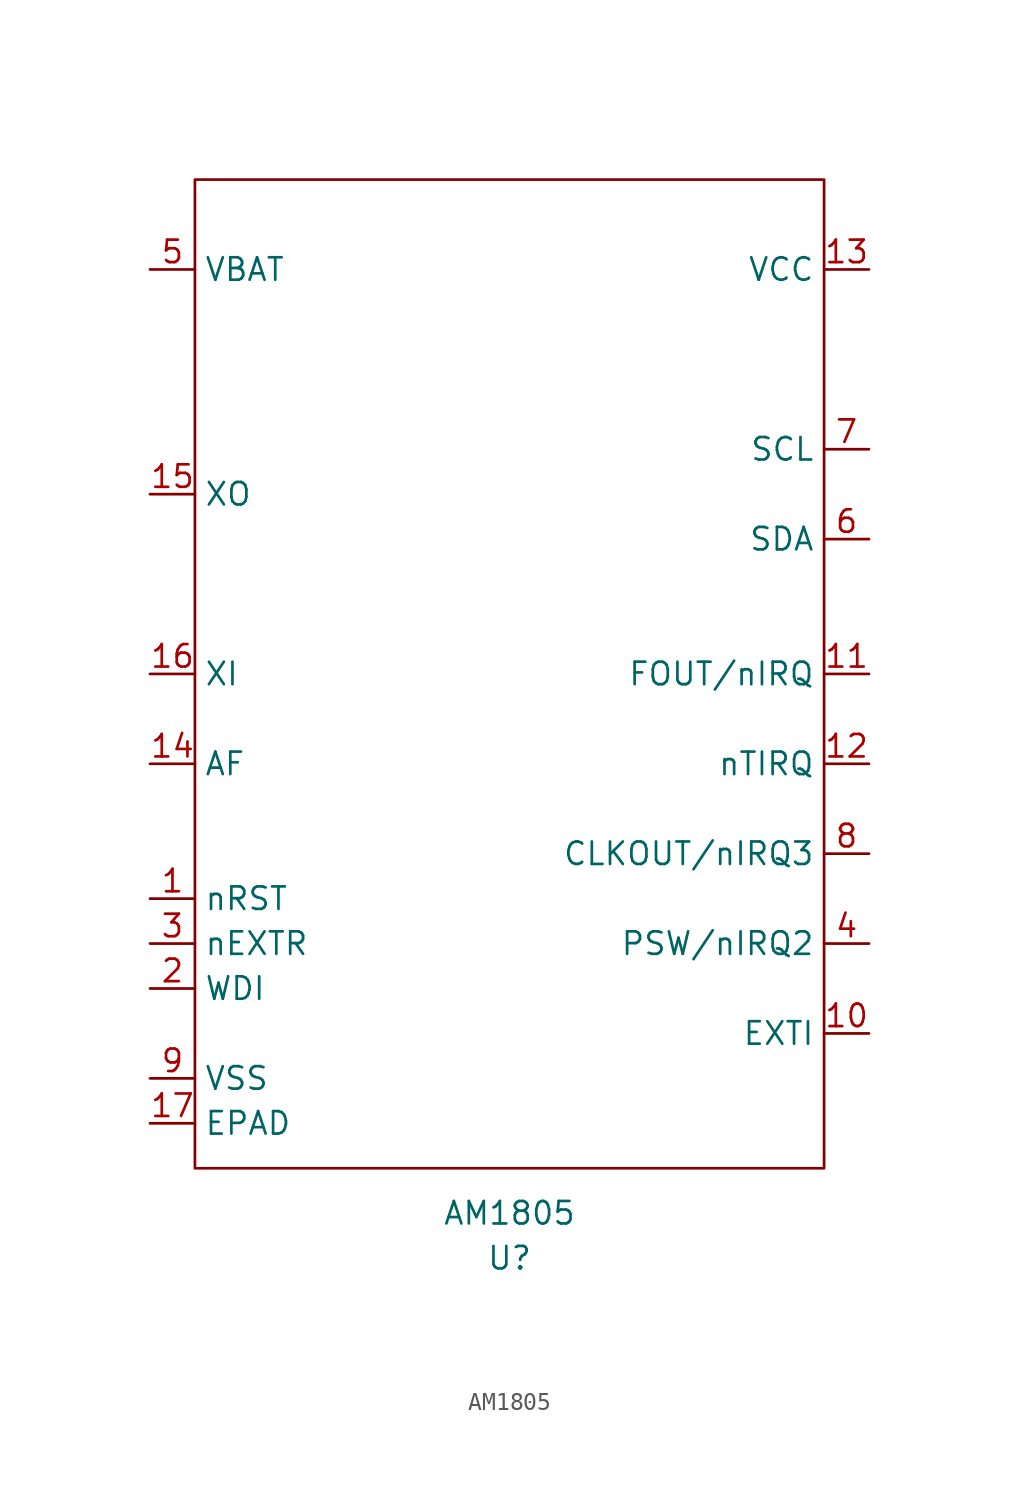
<source format=kicad_sym>
(kicad_symbol_lib
  (version 20211014)
  (generator kicad_symbol_editor)
  (symbol "AM1805"
    (property "Reference" "U"
      (at 0 -33.02 0)
      (effects (font (size 1.27 1.27))))
    (property "Value" "AM1805"
      (at 0 -30.48 0)
      (effects (font (size 1.27 1.27))))
    (symbol "AM1805_0_1"
      (rectangle (start -17.78 27.94) (end 17.78 -27.94) (stroke (width 0) (type default) (color 0 0 0 0)) (fill (type none))))
    (symbol "AM1805_1_1"
      (pin input line (at -20.32 -12.7 0) (length 2.54) (name "nRST" (effects (font (size 1.27 1.27)))) (number "1" (effects (font (size 1.27 1.27)))))
      (pin input line (at 20.32 -20.32 180) (length 2.54) (name "EXTI" (effects (font (size 1.27 1.27)))) (number "10" (effects (font (size 1.27 1.27)))))
      (pin output line (at 20.32 0 180) (length 2.54) (name "FOUT/nIRQ" (effects (font (size 1.27 1.27)))) (number "11" (effects (font (size 1.27 1.27)))))
      (pin input line (at 20.32 -5.08 180) (length 2.54) (name "nTIRQ" (effects (font (size 1.27 1.27)))) (number "12" (effects (font (size 1.27 1.27)))))
      (pin power_in line (at 20.32 22.86 180) (length 2.54) (name "VCC" (effects (font (size 1.27 1.27)))) (number "13" (effects (font (size 1.27 1.27)))))
      (pin input line (at -20.32 -5.08 0) (length 2.54) (name "AF" (effects (font (size 1.27 1.27)))) (number "14" (effects (font (size 1.27 1.27)))))
      (pin output line (at -20.32 10.16 0) (length 2.54) (name "XO" (effects (font (size 1.27 1.27)))) (number "15" (effects (font (size 1.27 1.27)))))
      (pin input line (at -20.32 0 0) (length 2.54) (name "XI" (effects (font (size 1.27 1.27)))) (number "16" (effects (font (size 1.27 1.27)))))
      (pin power_in line (at -20.32 -25.4 0) (length 2.54) (name "EPAD" (effects (font (size 1.27 1.27)))) (number "17" (effects (font (size 1.27 1.27)))))
      (pin input line (at -20.32 -17.78 0) (length 2.54) (name "WDI" (effects (font (size 1.27 1.27)))) (number "2" (effects (font (size 1.27 1.27)))))
      (pin input line (at -20.32 -15.24 0) (length 2.54) (name "nEXTR" (effects (font (size 1.27 1.27)))) (number "3" (effects (font (size 1.27 1.27)))))
      (pin output line (at 20.32 -15.24 180) (length 2.54) (name "PSW/nIRQ2" (effects (font (size 1.27 1.27)))) (number "4" (effects (font (size 1.27 1.27)))))
      (pin power_out line (at -20.32 22.86 0) (length 2.54) (name "VBAT" (effects (font (size 1.27 1.27)))) (number "5" (effects (font (size 1.27 1.27)))))
      (pin bidirectional line (at 20.32 7.62 180) (length 2.54) (name "SDA" (effects (font (size 1.27 1.27)))) (number "6" (effects (font (size 1.27 1.27)))))
      (pin input line (at 20.32 12.7 180) (length 2.54) (name "SCL" (effects (font (size 1.27 1.27)))) (number "7" (effects (font (size 1.27 1.27)))))
      (pin output line (at 20.32 -10.16 180) (length 2.54) (name "CLKOUT/nIRQ3" (effects (font (size 1.27 1.27)))) (number "8" (effects (font (size 1.27 1.27)))))
      (pin power_in line (at -20.32 -22.86 0) (length 2.54) (name "VSS" (effects (font (size 1.27 1.27)))) (number "9" (effects (font (size 1.27 1.27))))))))
</source>
